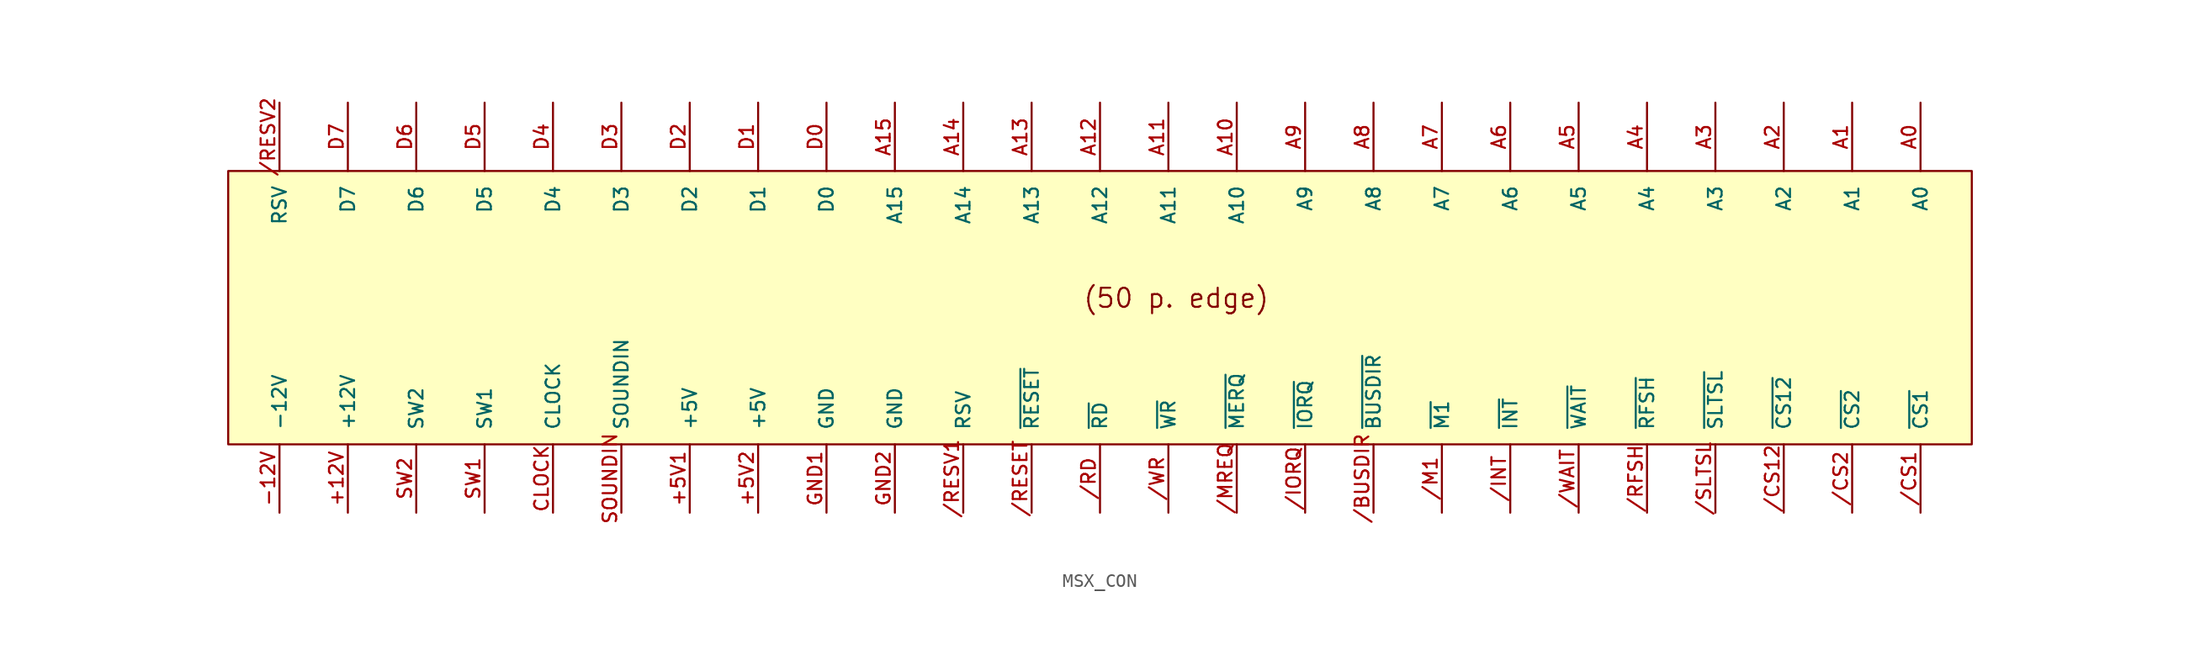
<source format=kicad_sym>
(kicad_symbol_lib
  (version 20231120)
  (generator "kicad_symbol_editor")
  (generator_version "8.0")
  (symbol "MSX_CON"
    (pin_names
      (offset 1.016))
    (property "Reference" "EDG"
      (at 0 0 0)
      (effects (font (size 1.143 1.143)) (hide yes)))
    (property "ki_locked" ""
      (at 0 0 0)
      (effects (font (size 1.27 1.27))))
    (symbol "MSX_CON_1_0"
      (rectangle (start -59.69 10.16) (end 69.85 -10.16) (stroke (width 0) (type default)) (fill (type background)))
      (text "(50 p. edge)" (at 10.744 0.711 0) (effects (font (size 1.422 1.422)))))
    (symbol "MSX_CON_1_1"
      (pin power_out line (at -50.8 -15.24 90) (length 5.08) (name "+12V" (effects (font (size 1.016 1.016)))) (number "+12V" (effects (font (size 1.016 1.016)))))
      (pin power_in line (at -25.4 -15.24 90) (length 5.08) (name "+5V" (effects (font (size 1.016 1.016)))) (number "+5V1" (effects (font (size 1.016 1.016)))))
      (pin power_in line (at -20.32 -15.24 90) (length 5.08) (name "+5V" (effects (font (size 1.016 1.016)))) (number "+5V2" (effects (font (size 1.016 1.016)))))
      (pin power_out line (at -55.88 -15.24 90) (length 5.08) (name "-12V" (effects (font (size 1.016 1.016)))) (number "-12V" (effects (font (size 1.016 1.016)))))
      (pin input line (at 25.4 -15.24 90) (length 5.08) (name "~{BUSDIR}" (effects (font (size 1.016 1.016)))) (number "/BUSDIR" (effects (font (size 1.016 1.016)))))
      (pin output line (at 66.04 -15.24 90) (length 5.08) (name "~{CS1}" (effects (font (size 1.016 1.016)))) (number "/CS1" (effects (font (size 1.016 1.016)))))
      (pin output line (at 55.88 -15.24 90) (length 5.08) (name "~{CS12}" (effects (font (size 1.016 1.016)))) (number "/CS12" (effects (font (size 1.016 1.016)))))
      (pin output line (at 60.96 -15.24 90) (length 5.08) (name "~{CS2}" (effects (font (size 1.016 1.016)))) (number "/CS2" (effects (font (size 1.016 1.016)))))
      (pin input line (at 35.56 -15.24 90) (length 5.08) (name "~{INT}" (effects (font (size 1.016 1.016)))) (number "/INT" (effects (font (size 1.016 1.016)))))
      (pin output line (at 20.32 -15.24 90) (length 5.08) (name "~{IORQ}" (effects (font (size 1.016 1.016)))) (number "/IORQ" (effects (font (size 1.016 1.016)))))
      (pin output line (at 30.48 -15.24 90) (length 5.08) (name "~{M1}" (effects (font (size 1.016 1.016)))) (number "/M1" (effects (font (size 1.016 1.016)))))
      (pin output line (at 15.24 -15.24 90) (length 5.08) (name "~{MERQ}" (effects (font (size 1.016 1.016)))) (number "/MREQ" (effects (font (size 1.016 1.016)))))
      (pin output line (at 5.08 -15.24 90) (length 5.08) (name "~{RD}" (effects (font (size 1.016 1.016)))) (number "/RD" (effects (font (size 1.016 1.016)))))
      (pin output line (at 0 -15.24 90) (length 5.08) (name "~{RESET}" (effects (font (size 1.016 1.016)))) (number "/RESET" (effects (font (size 1.016 1.016)))))
      (pin unspecified line (at -5.08 -15.24 90) (length 5.08) (name "RSV" (effects (font (size 1.016 1.016)))) (number "/RESV1" (effects (font (size 1.016 1.016)))))
      (pin unspecified line (at -55.88 15.24 270) (length 5.08) (name "RSV" (effects (font (size 1.016 1.016)))) (number "/RESV2" (effects (font (size 1.016 1.016)))))
      (pin output line (at 45.72 -15.24 90) (length 5.08) (name "~{RFSH}" (effects (font (size 1.016 1.016)))) (number "/RFSH" (effects (font (size 1.016 1.016)))))
      (pin output line (at 50.8 -15.24 90) (length 5.08) (name "~{SLTSL}" (effects (font (size 1.016 1.016)))) (number "/SLTSL" (effects (font (size 1.016 1.016)))))
      (pin input line (at 40.64 -15.24 90) (length 5.08) (name "~{WAIT}" (effects (font (size 1.016 1.016)))) (number "/WAIT" (effects (font (size 1.016 1.016)))))
      (pin output line (at 10.16 -15.24 90) (length 5.08) (name "~{WR}" (effects (font (size 1.016 1.016)))) (number "/WR" (effects (font (size 1.016 1.016)))))
      (pin output line (at 66.04 15.24 270) (length 5.08) (name "A0" (effects (font (size 1.016 1.016)))) (number "A0" (effects (font (size 1.016 1.016)))))
      (pin output line (at 60.96 15.24 270) (length 5.08) (name "A1" (effects (font (size 1.016 1.016)))) (number "A1" (effects (font (size 1.016 1.016)))))
      (pin output line (at 15.24 15.24 270) (length 5.08) (name "A10" (effects (font (size 1.016 1.016)))) (number "A10" (effects (font (size 1.016 1.016)))))
      (pin output line (at 10.16 15.24 270) (length 5.08) (name "A11" (effects (font (size 1.016 1.016)))) (number "A11" (effects (font (size 1.016 1.016)))))
      (pin output line (at 5.08 15.24 270) (length 5.08) (name "A12" (effects (font (size 1.016 1.016)))) (number "A12" (effects (font (size 1.016 1.016)))))
      (pin output line (at 0 15.24 270) (length 5.08) (name "A13" (effects (font (size 1.016 1.016)))) (number "A13" (effects (font (size 1.016 1.016)))))
      (pin output line (at -5.08 15.24 270) (length 5.08) (name "A14" (effects (font (size 1.016 1.016)))) (number "A14" (effects (font (size 1.016 1.016)))))
      (pin output line (at -10.16 15.24 270) (length 5.08) (name "A15" (effects (font (size 1.016 1.016)))) (number "A15" (effects (font (size 1.016 1.016)))))
      (pin output line (at 55.88 15.24 270) (length 5.08) (name "A2" (effects (font (size 1.016 1.016)))) (number "A2" (effects (font (size 1.016 1.016)))))
      (pin output line (at 50.8 15.24 270) (length 5.08) (name "A3" (effects (font (size 1.016 1.016)))) (number "A3" (effects (font (size 1.016 1.016)))))
      (pin output line (at 45.72 15.24 270) (length 5.08) (name "A4" (effects (font (size 1.016 1.016)))) (number "A4" (effects (font (size 1.016 1.016)))))
      (pin output line (at 40.64 15.24 270) (length 5.08) (name "A5" (effects (font (size 1.016 1.016)))) (number "A5" (effects (font (size 1.016 1.016)))))
      (pin output line (at 35.56 15.24 270) (length 5.08) (name "A6" (effects (font (size 1.016 1.016)))) (number "A6" (effects (font (size 1.016 1.016)))))
      (pin output line (at 30.48 15.24 270) (length 5.08) (name "A7" (effects (font (size 1.016 1.016)))) (number "A7" (effects (font (size 1.016 1.016)))))
      (pin output line (at 25.4 15.24 270) (length 5.08) (name "A8" (effects (font (size 1.016 1.016)))) (number "A8" (effects (font (size 1.016 1.016)))))
      (pin output line (at 20.32 15.24 270) (length 5.08) (name "A9" (effects (font (size 1.016 1.016)))) (number "A9" (effects (font (size 1.016 1.016)))))
      (pin output line (at -35.56 -15.24 90) (length 5.08) (name "CLOCK" (effects (font (size 1.016 1.016)))) (number "CLOCK" (effects (font (size 1.016 1.016)))))
      (pin bidirectional line (at -15.24 15.24 270) (length 5.08) (name "D0" (effects (font (size 1.016 1.016)))) (number "D0" (effects (font (size 1.016 1.016)))))
      (pin bidirectional line (at -20.32 15.24 270) (length 5.08) (name "D1" (effects (font (size 1.016 1.016)))) (number "D1" (effects (font (size 1.016 1.016)))))
      (pin bidirectional line (at -25.4 15.24 270) (length 5.08) (name "D2" (effects (font (size 1.016 1.016)))) (number "D2" (effects (font (size 1.016 1.016)))))
      (pin bidirectional line (at -30.48 15.24 270) (length 5.08) (name "D3" (effects (font (size 1.016 1.016)))) (number "D3" (effects (font (size 1.016 1.016)))))
      (pin bidirectional line (at -35.56 15.24 270) (length 5.08) (name "D4" (effects (font (size 1.016 1.016)))) (number "D4" (effects (font (size 1.016 1.016)))))
      (pin bidirectional line (at -40.64 15.24 270) (length 5.08) (name "D5" (effects (font (size 1.016 1.016)))) (number "D5" (effects (font (size 1.016 1.016)))))
      (pin bidirectional line (at -45.72 15.24 270) (length 5.08) (name "D6" (effects (font (size 1.016 1.016)))) (number "D6" (effects (font (size 1.016 1.016)))))
      (pin bidirectional line (at -50.8 15.24 270) (length 5.08) (name "D7" (effects (font (size 1.016 1.016)))) (number "D7" (effects (font (size 1.016 1.016)))))
      (pin power_in line (at -15.24 -15.24 90) (length 5.08) (name "GND" (effects (font (size 1.016 1.016)))) (number "GND1" (effects (font (size 1.016 1.016)))))
      (pin power_in line (at -10.16 -15.24 90) (length 5.08) (name "GND" (effects (font (size 1.016 1.016)))) (number "GND2" (effects (font (size 1.016 1.016)))))
      (pin input line (at -30.48 -15.24 90) (length 5.08) (name "SOUNDIN" (effects (font (size 1.016 1.016)))) (number "SOUNDIN" (effects (font (size 1.016 1.016)))))
      (pin passive line (at -40.64 -15.24 90) (length 5.08) (name "SW1" (effects (font (size 1.016 1.016)))) (number "SW1" (effects (font (size 1.016 1.016)))))
      (pin passive line (at -45.72 -15.24 90) (length 5.08) (name "SW2" (effects (font (size 1.016 1.016)))) (number "SW2" (effects (font (size 1.016 1.016))))))))
</source>
